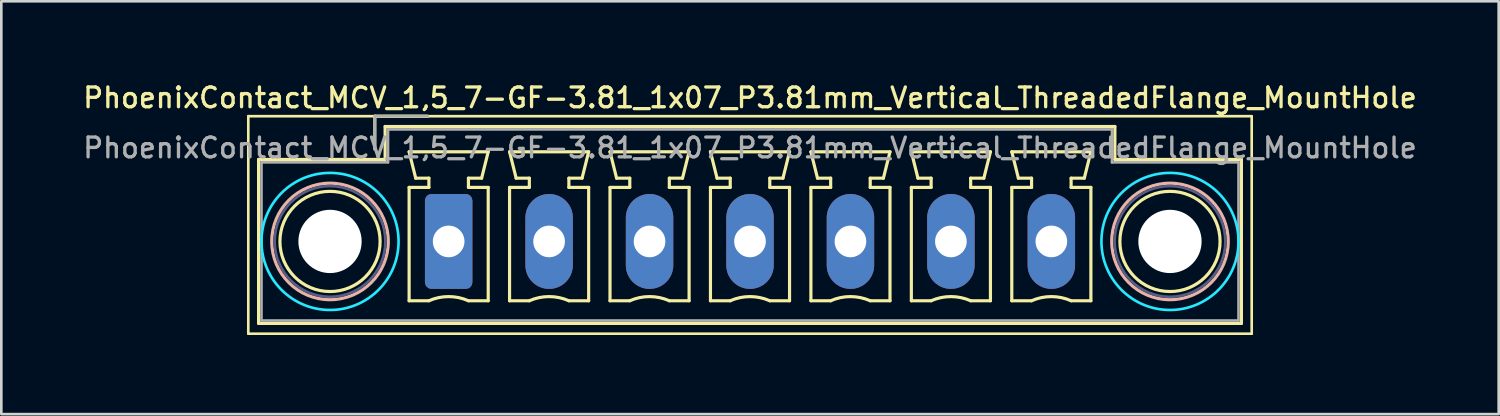
<source format=kicad_pcb>
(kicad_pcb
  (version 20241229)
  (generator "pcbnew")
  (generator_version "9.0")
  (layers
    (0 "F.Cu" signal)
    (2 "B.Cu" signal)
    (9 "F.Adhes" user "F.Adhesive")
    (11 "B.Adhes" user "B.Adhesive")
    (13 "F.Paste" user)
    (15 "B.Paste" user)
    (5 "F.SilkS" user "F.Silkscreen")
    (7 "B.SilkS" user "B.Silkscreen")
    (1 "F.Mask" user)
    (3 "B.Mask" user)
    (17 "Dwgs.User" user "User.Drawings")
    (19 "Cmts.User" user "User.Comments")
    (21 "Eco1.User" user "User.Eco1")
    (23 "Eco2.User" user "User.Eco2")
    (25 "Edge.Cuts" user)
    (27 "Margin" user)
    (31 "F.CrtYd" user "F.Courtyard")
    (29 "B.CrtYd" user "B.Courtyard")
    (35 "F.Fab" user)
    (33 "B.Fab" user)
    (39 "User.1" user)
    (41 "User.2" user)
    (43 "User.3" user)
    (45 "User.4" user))
  (footprint "PhoenixContact_MCV_1,5_7-GF-3.81_1x07_P3.81mm_Vertical_ThreadedFlange_MountHole"
    (layer "F.Cu")
    (at 13.968 6.108)
    (property "Reference" "PhoenixContact_MCV_1,5_7-GF-3.81_1x07_P3.81mm_Vertical_ThreadedFlange_MountHole" (at 11.43 -5.45 0) (layer "F.SilkS") (effects (font (size 0.75 0.75) (thickness 0.125))))
    (attr through_hole)
    (fp_line (start -7.6 -4.75) (end -7.6 3.5) (stroke (width 0.1) (type solid)) (layer "F.SilkS"))
    (fp_line (start -7.6 3.5) (end 30.46 3.5) (stroke (width 0.1) (type solid)) (layer "F.SilkS"))
    (fp_line (start -7.21 -3.11) (end -7.21 3.11) (stroke (width 0.12) (type solid)) (layer "F.SilkS"))
    (fp_line (start -7.21 3.11) (end 30.07 3.11) (stroke (width 0.12) (type solid)) (layer "F.SilkS"))
    (fp_line (start -2.8 -4.75) (end -0.8 -4.75) (stroke (width 0.12) (type solid)) (layer "F.SilkS"))
    (fp_line (start -2.8 -3.5) (end -2.8 -4.75) (stroke (width 0.12) (type solid)) (layer "F.SilkS"))
    (fp_line (start -2.41 -4.36) (end -2.41 -3.11) (stroke (width 0.12) (type solid)) (layer "F.SilkS"))
    (fp_line (start -2.41 -3.11) (end -7.21 -3.11) (stroke (width 0.12) (type solid)) (layer "F.SilkS"))
    (fp_line (start -1.5 -3.4) (end 1.5 -3.4) (stroke (width 0.12) (type solid)) (layer "F.SilkS"))
    (fp_line (start -1.5 -2.05) (end -0.75 -2.05) (stroke (width 0.12) (type solid)) (layer "F.SilkS"))
    (fp_line (start -1.5 2.25) (end -1.5 -2.05) (stroke (width 0.12) (type solid)) (layer "F.SilkS"))
    (fp_line (start -1.25 -2.4) (end -1.5 -3.4) (stroke (width 0.12) (type solid)) (layer "F.SilkS"))
    (fp_line (start -0.75 -2.4) (end -1.25 -2.4) (stroke (width 0.12) (type solid)) (layer "F.SilkS"))
    (fp_line (start -0.75 -2.05) (end -0.75 -2.4) (stroke (width 0.12) (type solid)) (layer "F.SilkS"))
    (fp_line (start -0.75 2.25) (end -1.5 2.25) (stroke (width 0.12) (type solid)) (layer "F.SilkS"))
    (fp_line (start 0.75 -2.4) (end 0.75 -2.05) (stroke (width 0.12) (type solid)) (layer "F.SilkS"))
    (fp_line (start 0.75 -2.05) (end 1.5 -2.05) (stroke (width 0.12) (type solid)) (layer "F.SilkS"))
    (fp_line (start 1.25 -2.4) (end 0.75 -2.4) (stroke (width 0.12) (type solid)) (layer "F.SilkS"))
    (fp_line (start 1.5 -3.4) (end 1.25 -2.4) (stroke (width 0.12) (type solid)) (layer "F.SilkS"))
    (fp_line (start 1.5 -2.05) (end 1.5 2.25) (stroke (width 0.12) (type solid)) (layer "F.SilkS"))
    (fp_line (start 1.5 2.25) (end 0.75 2.25) (stroke (width 0.12) (type solid)) (layer "F.SilkS"))
    (fp_line (start 2.31 -3.4) (end 5.31 -3.4) (stroke (width 0.12) (type solid)) (layer "F.SilkS"))
    (fp_line (start 2.31 -2.05) (end 3.06 -2.05) (stroke (width 0.12) (type solid)) (layer "F.SilkS"))
    (fp_line (start 2.31 2.25) (end 2.31 -2.05) (stroke (width 0.12) (type solid)) (layer "F.SilkS"))
    (fp_line (start 2.56 -2.4) (end 2.31 -3.4) (stroke (width 0.12) (type solid)) (layer "F.SilkS"))
    (fp_line (start 3.06 -2.4) (end 2.56 -2.4) (stroke (width 0.12) (type solid)) (layer "F.SilkS"))
    (fp_line (start 3.06 -2.05) (end 3.06 -2.4) (stroke (width 0.12) (type solid)) (layer "F.SilkS"))
    (fp_line (start 3.06 2.25) (end 2.31 2.25) (stroke (width 0.12) (type solid)) (layer "F.SilkS"))
    (fp_line (start 4.56 -2.4) (end 4.56 -2.05) (stroke (width 0.12) (type solid)) (layer "F.SilkS"))
    (fp_line (start 4.56 -2.05) (end 5.31 -2.05) (stroke (width 0.12) (type solid)) (layer "F.SilkS"))
    (fp_line (start 5.06 -2.4) (end 4.56 -2.4) (stroke (width 0.12) (type solid)) (layer "F.SilkS"))
    (fp_line (start 5.31 -3.4) (end 5.06 -2.4) (stroke (width 0.12) (type solid)) (layer "F.SilkS"))
    (fp_line (start 5.31 -2.05) (end 5.31 2.25) (stroke (width 0.12) (type solid)) (layer "F.SilkS"))
    (fp_line (start 5.31 2.25) (end 4.56 2.25) (stroke (width 0.12) (type solid)) (layer "F.SilkS"))
    (fp_line (start 6.12 -3.4) (end 9.12 -3.4) (stroke (width 0.12) (type solid)) (layer "F.SilkS"))
    (fp_line (start 6.12 -2.05) (end 6.87 -2.05) (stroke (width 0.12) (type solid)) (layer "F.SilkS"))
    (fp_line (start 6.12 2.25) (end 6.12 -2.05) (stroke (width 0.12) (type solid)) (layer "F.SilkS"))
    (fp_line (start 6.37 -2.4) (end 6.12 -3.4) (stroke (width 0.12) (type solid)) (layer "F.SilkS"))
    (fp_line (start 6.87 -2.4) (end 6.37 -2.4) (stroke (width 0.12) (type solid)) (layer "F.SilkS"))
    (fp_line (start 6.87 -2.05) (end 6.87 -2.4) (stroke (width 0.12) (type solid)) (layer "F.SilkS"))
    (fp_line (start 6.87 2.25) (end 6.12 2.25) (stroke (width 0.12) (type solid)) (layer "F.SilkS"))
    (fp_line (start 8.37 -2.4) (end 8.37 -2.05) (stroke (width 0.12) (type solid)) (layer "F.SilkS"))
    (fp_line (start 8.37 -2.05) (end 9.12 -2.05) (stroke (width 0.12) (type solid)) (layer "F.SilkS"))
    (fp_line (start 8.87 -2.4) (end 8.37 -2.4) (stroke (width 0.12) (type solid)) (layer "F.SilkS"))
    (fp_line (start 9.12 -3.4) (end 8.87 -2.4) (stroke (width 0.12) (type solid)) (layer "F.SilkS"))
    (fp_line (start 9.12 -2.05) (end 9.12 2.25) (stroke (width 0.12) (type solid)) (layer "F.SilkS"))
    (fp_line (start 9.12 2.25) (end 8.37 2.25) (stroke (width 0.12) (type solid)) (layer "F.SilkS"))
    (fp_line (start 9.93 -3.4) (end 12.93 -3.4) (stroke (width 0.12) (type solid)) (layer "F.SilkS"))
    (fp_line (start 9.93 -2.05) (end 10.68 -2.05) (stroke (width 0.12) (type solid)) (layer "F.SilkS"))
    (fp_line (start 9.93 2.25) (end 9.93 -2.05) (stroke (width 0.12) (type solid)) (layer "F.SilkS"))
    (fp_line (start 10.18 -2.4) (end 9.93 -3.4) (stroke (width 0.12) (type solid)) (layer "F.SilkS"))
    (fp_line (start 10.68 -2.4) (end 10.18 -2.4) (stroke (width 0.12) (type solid)) (layer "F.SilkS"))
    (fp_line (start 10.68 -2.05) (end 10.68 -2.4) (stroke (width 0.12) (type solid)) (layer "F.SilkS"))
    (fp_line (start 10.68 2.25) (end 9.93 2.25) (stroke (width 0.12) (type solid)) (layer "F.SilkS"))
    (fp_line (start 12.18 -2.4) (end 12.18 -2.05) (stroke (width 0.12) (type solid)) (layer "F.SilkS"))
    (fp_line (start 12.18 -2.05) (end 12.93 -2.05) (stroke (width 0.12) (type solid)) (layer "F.SilkS"))
    (fp_line (start 12.68 -2.4) (end 12.18 -2.4) (stroke (width 0.12) (type solid)) (layer "F.SilkS"))
    (fp_line (start 12.93 -3.4) (end 12.68 -2.4) (stroke (width 0.12) (type solid)) (layer "F.SilkS"))
    (fp_line (start 12.93 -2.05) (end 12.93 2.25) (stroke (width 0.12) (type solid)) (layer "F.SilkS"))
    (fp_line (start 12.93 2.25) (end 12.18 2.25) (stroke (width 0.12) (type solid)) (layer "F.SilkS"))
    (fp_line (start 13.74 -3.4) (end 16.74 -3.4) (stroke (width 0.12) (type solid)) (layer "F.SilkS"))
    (fp_line (start 13.74 -2.05) (end 14.49 -2.05) (stroke (width 0.12) (type solid)) (layer "F.SilkS"))
    (fp_line (start 13.74 2.25) (end 13.74 -2.05) (stroke (width 0.12) (type solid)) (layer "F.SilkS"))
    (fp_line (start 13.99 -2.4) (end 13.74 -3.4) (stroke (width 0.12) (type solid)) (layer "F.SilkS"))
    (fp_line (start 14.49 -2.4) (end 13.99 -2.4) (stroke (width 0.12) (type solid)) (layer "F.SilkS"))
    (fp_line (start 14.49 -2.05) (end 14.49 -2.4) (stroke (width 0.12) (type solid)) (layer "F.SilkS"))
    (fp_line (start 14.49 2.25) (end 13.74 2.25) (stroke (width 0.12) (type solid)) (layer "F.SilkS"))
    (fp_line (start 15.99 -2.4) (end 15.99 -2.05) (stroke (width 0.12) (type solid)) (layer "F.SilkS"))
    (fp_line (start 15.99 -2.05) (end 16.74 -2.05) (stroke (width 0.12) (type solid)) (layer "F.SilkS"))
    (fp_line (start 16.49 -2.4) (end 15.99 -2.4) (stroke (width 0.12) (type solid)) (layer "F.SilkS"))
    (fp_line (start 16.74 -3.4) (end 16.49 -2.4) (stroke (width 0.12) (type solid)) (layer "F.SilkS"))
    (fp_line (start 16.74 -2.05) (end 16.74 2.25) (stroke (width 0.12) (type solid)) (layer "F.SilkS"))
    (fp_line (start 16.74 2.25) (end 15.99 2.25) (stroke (width 0.12) (type solid)) (layer "F.SilkS"))
    (fp_line (start 17.55 -3.4) (end 20.55 -3.4) (stroke (width 0.12) (type solid)) (layer "F.SilkS"))
    (fp_line (start 17.55 -2.05) (end 18.3 -2.05) (stroke (width 0.12) (type solid)) (layer "F.SilkS"))
    (fp_line (start 17.55 2.25) (end 17.55 -2.05) (stroke (width 0.12) (type solid)) (layer "F.SilkS"))
    (fp_line (start 17.8 -2.4) (end 17.55 -3.4) (stroke (width 0.12) (type solid)) (layer "F.SilkS"))
    (fp_line (start 18.3 -2.4) (end 17.8 -2.4) (stroke (width 0.12) (type solid)) (layer "F.SilkS"))
    (fp_line (start 18.3 -2.05) (end 18.3 -2.4) (stroke (width 0.12) (type solid)) (layer "F.SilkS"))
    (fp_line (start 18.3 2.25) (end 17.55 2.25) (stroke (width 0.12) (type solid)) (layer "F.SilkS"))
    (fp_line (start 19.8 -2.4) (end 19.8 -2.05) (stroke (width 0.12) (type solid)) (layer "F.SilkS"))
    (fp_line (start 19.8 -2.05) (end 20.55 -2.05) (stroke (width 0.12) (type solid)) (layer "F.SilkS"))
    (fp_line (start 20.3 -2.4) (end 19.8 -2.4) (stroke (width 0.12) (type solid)) (layer "F.SilkS"))
    (fp_line (start 20.55 -3.4) (end 20.3 -2.4) (stroke (width 0.12) (type solid)) (layer "F.SilkS"))
    (fp_line (start 20.55 -2.05) (end 20.55 2.25) (stroke (width 0.12) (type solid)) (layer "F.SilkS"))
    (fp_line (start 20.55 2.25) (end 19.8 2.25) (stroke (width 0.12) (type solid)) (layer "F.SilkS"))
    (fp_line (start 21.36 -3.4) (end 24.36 -3.4) (stroke (width 0.12) (type solid)) (layer "F.SilkS"))
    (fp_line (start 21.36 -2.05) (end 22.11 -2.05) (stroke (width 0.12) (type solid)) (layer "F.SilkS"))
    (fp_line (start 21.36 2.25) (end 21.36 -2.05) (stroke (width 0.12) (type solid)) (layer "F.SilkS"))
    (fp_line (start 21.61 -2.4) (end 21.36 -3.4) (stroke (width 0.12) (type solid)) (layer "F.SilkS"))
    (fp_line (start 22.11 -2.4) (end 21.61 -2.4) (stroke (width 0.12) (type solid)) (layer "F.SilkS"))
    (fp_line (start 22.11 -2.05) (end 22.11 -2.4) (stroke (width 0.12) (type solid)) (layer "F.SilkS"))
    (fp_line (start 22.11 2.25) (end 21.36 2.25) (stroke (width 0.12) (type solid)) (layer "F.SilkS"))
    (fp_line (start 23.61 -2.4) (end 23.61 -2.05) (stroke (width 0.12) (type solid)) (layer "F.SilkS"))
    (fp_line (start 23.61 -2.05) (end 24.36 -2.05) (stroke (width 0.12) (type solid)) (layer "F.SilkS"))
    (fp_line (start 24.11 -2.4) (end 23.61 -2.4) (stroke (width 0.12) (type solid)) (layer "F.SilkS"))
    (fp_line (start 24.36 -3.4) (end 24.11 -2.4) (stroke (width 0.12) (type solid)) (layer "F.SilkS"))
    (fp_line (start 24.36 -2.05) (end 24.36 2.25) (stroke (width 0.12) (type solid)) (layer "F.SilkS"))
    (fp_line (start 24.36 2.25) (end 23.61 2.25) (stroke (width 0.12) (type solid)) (layer "F.SilkS"))
    (fp_line (start 25.27 -4.36) (end -2.41 -4.36) (stroke (width 0.12) (type solid)) (layer "F.SilkS"))
    (fp_line (start 25.27 -3.11) (end 25.27 -4.36) (stroke (width 0.12) (type solid)) (layer "F.SilkS"))
    (fp_line (start 30.07 -3.11) (end 25.27 -3.11) (stroke (width 0.12) (type solid)) (layer "F.SilkS"))
    (fp_line (start 30.07 3.11) (end 30.07 -3.11) (stroke (width 0.12) (type solid)) (layer "F.SilkS"))
    (fp_line (start 30.46 -4.75) (end -7.6 -4.75) (stroke (width 0.1) (type solid)) (layer "F.SilkS"))
    (fp_line (start 30.46 3.5) (end 30.46 -4.75) (stroke (width 0.1) (type solid)) (layer "F.SilkS"))
    (fp_arc (start -0.75 2.25) (mid -0.000193 2.09191) (end 0.749647 2.249844) (stroke (width 0.12) (type solid)) (layer "F.SilkS"))
    (fp_arc (start 3.06 2.25) (mid 3.809807 2.09191) (end 4.559647 2.249844) (stroke (width 0.12) (type solid)) (layer "F.SilkS"))
    (fp_arc (start 6.87 2.25) (mid 7.619807 2.09191) (end 8.369647 2.249844) (stroke (width 0.12) (type solid)) (layer "F.SilkS"))
    (fp_arc (start 10.68 2.25) (mid 11.429807 2.09191) (end 12.179647 2.249844) (stroke (width 0.12) (type solid)) (layer "F.SilkS"))
    (fp_arc (start 14.49 2.25) (mid 15.239807 2.09191) (end 15.989647 2.249844) (stroke (width 0.12) (type solid)) (layer "F.SilkS"))
    (fp_arc (start 18.3 2.25) (mid 19.049807 2.09191) (end 19.799647 2.249844) (stroke (width 0.12) (type solid)) (layer "F.SilkS"))
    (fp_arc (start 22.11 2.25) (mid 22.859807 2.09191) (end 23.609647 2.249844) (stroke (width 0.12) (type solid)) (layer "F.SilkS"))
    (fp_circle (center -4.5 0) (end -2.6 0) (stroke (width 0.12) (type solid)) (fill no) (layer "F.SilkS"))
    (fp_circle (center 27.36 0) (end 29.26 0) (stroke (width 0.12) (type solid)) (fill no) (layer "F.SilkS"))
    (fp_circle (center -4.5 0) (end -2.29 0) (stroke (width 0.12) (type solid)) (fill no) (layer "B.SilkS"))
    (fp_circle (center 27.36 0) (end 29.57 0) (stroke (width 0.12) (type solid)) (fill no) (layer "B.SilkS"))
    (fp_circle (center -4.5 0) (end -1.9 0) (stroke (width 0.1) (type solid)) (fill no) (layer "B.CrtYd"))
    (fp_circle (center 27.36 0) (end 29.96 0) (stroke (width 0.1) (type solid)) (fill no) (layer "B.CrtYd"))
    (fp_circle (center -4.5 0) (end -2.4 0) (stroke (width 0.1) (type solid)) (fill no) (layer "B.Fab"))
    (fp_circle (center 27.36 0) (end 29.46 0) (stroke (width 0.1) (type solid)) (fill no) (layer "B.Fab"))
    (fp_line (start -7.1 -3) (end -7.1 3) (stroke (width 0.1) (type solid)) (layer "F.Fab"))
    (fp_line (start -7.1 3) (end 29.96 3) (stroke (width 0.1) (type solid)) (layer "F.Fab"))
    (fp_line (start -2.8 -4.75) (end -0.8 -4.75) (stroke (width 0.1) (type solid)) (layer "F.Fab"))
    (fp_line (start -2.8 -3.5) (end -2.8 -4.75) (stroke (width 0.1) (type solid)) (layer "F.Fab"))
    (fp_line (start -2.3 -4.25) (end -2.3 -3) (stroke (width 0.1) (type solid)) (layer "F.Fab"))
    (fp_line (start -2.3 -3) (end -7.1 -3) (stroke (width 0.1) (type solid)) (layer "F.Fab"))
    (fp_line (start 25.16 -4.25) (end -2.3 -4.25) (stroke (width 0.1) (type solid)) (layer "F.Fab"))
    (fp_line (start 25.16 -3) (end 25.16 -4.25) (stroke (width 0.1) (type solid)) (layer "F.Fab"))
    (fp_line (start 29.96 -3) (end 25.16 -3) (stroke (width 0.1) (type solid)) (layer "F.Fab"))
    (fp_line (start 29.96 3) (end 29.96 -3) (stroke (width 0.1) (type solid)) (layer "F.Fab"))
    (fp_text user "${REFERENCE}" (at 11.43 -3.55 0) (layer "F.Fab") (effects (font (size 0.75 0.75) (thickness 0.125))))
    (pad "" np_thru_hole circle (at -4.5 0) (size 2.4 2.4) (drill 2.4) (layers "*.Cu" "*.Mask"))
    (pad "" np_thru_hole circle (at 27.36 0) (size 2.4 2.4) (drill 2.4) (layers "*.Cu" "*.Mask"))
    (pad "1" thru_hole roundrect (at 0 0) (size 1.8 3.6) (drill 1.2) (layers "*.Cu" "*.Mask") (roundrect_rratio 0.139))
    (pad "2" thru_hole oval (at 3.81 0) (size 1.8 3.6) (drill 1.2) (layers "*.Cu" "*.Mask"))
    (pad "3" thru_hole oval (at 7.62 0) (size 1.8 3.6) (drill 1.2) (layers "*.Cu" "*.Mask"))
    (pad "4" thru_hole oval (at 11.43 0) (size 1.8 3.6) (drill 1.2) (layers "*.Cu" "*.Mask"))
    (pad "5" thru_hole oval (at 15.24 0) (size 1.8 3.6) (drill 1.2) (layers "*.Cu" "*.Mask"))
    (pad "6" thru_hole oval (at 19.05 0) (size 1.8 3.6) (drill 1.2) (layers "*.Cu" "*.Mask"))
    (pad "7" thru_hole oval (at 22.86 0) (size 1.8 3.6) (drill 1.2) (layers "*.Cu" "*.Mask")))
  (gr_rect
    (start -3 -3)
    (end 53.796 12.658)
    (stroke (width 0.1) (type default))
    (fill no)
    (layer "Edge.Cuts")))
</source>
